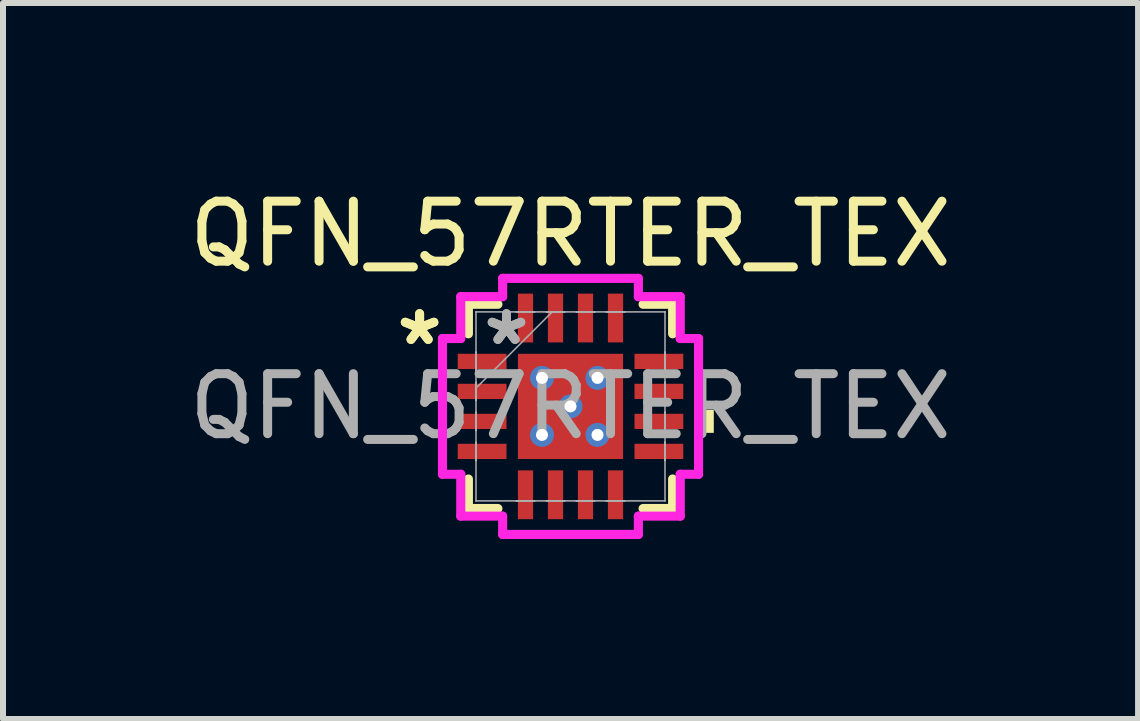
<source format=kicad_pcb>
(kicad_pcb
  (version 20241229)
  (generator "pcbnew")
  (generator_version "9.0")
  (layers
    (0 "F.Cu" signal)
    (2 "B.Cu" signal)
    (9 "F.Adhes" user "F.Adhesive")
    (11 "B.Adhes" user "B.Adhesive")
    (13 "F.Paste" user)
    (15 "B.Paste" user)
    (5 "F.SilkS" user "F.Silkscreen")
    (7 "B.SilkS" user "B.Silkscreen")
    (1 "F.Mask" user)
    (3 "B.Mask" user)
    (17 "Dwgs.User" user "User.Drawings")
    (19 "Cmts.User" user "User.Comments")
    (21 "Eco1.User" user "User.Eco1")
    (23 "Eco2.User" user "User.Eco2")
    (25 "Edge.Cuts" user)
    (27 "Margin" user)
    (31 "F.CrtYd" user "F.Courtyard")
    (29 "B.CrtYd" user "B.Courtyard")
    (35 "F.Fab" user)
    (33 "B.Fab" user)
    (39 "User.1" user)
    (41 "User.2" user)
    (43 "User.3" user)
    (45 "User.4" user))
  (footprint "QFN_57RTER_TEX"
    (layer "F.Cu")
    (at 6.458 3.723)
    (property "Reference" "QFN_57RTER_TEX" (at 0 -2.875 0) (unlocked yes) (layer "F.SilkS") (effects (font (size 1 1) (thickness 0.15))))
    (attr smd)
    (fp_line (start -1.702 -1.702) (end -1.702 -1.21) (stroke (width 0.152) (type solid)) (layer "F.SilkS"))
    (fp_line (start -1.702 1.21) (end -1.702 1.702) (stroke (width 0.152) (type solid)) (layer "F.SilkS"))
    (fp_line (start -1.702 1.702) (end -1.21 1.702) (stroke (width 0.152) (type solid)) (layer "F.SilkS"))
    (fp_line (start -1.21 -1.702) (end -1.702 -1.702) (stroke (width 0.152) (type solid)) (layer "F.SilkS"))
    (fp_line (start 1.21 1.702) (end 1.702 1.702) (stroke (width 0.152) (type solid)) (layer "F.SilkS"))
    (fp_line (start 1.702 -1.702) (end 1.21 -1.702) (stroke (width 0.152) (type solid)) (layer "F.SilkS"))
    (fp_line (start 1.702 -1.21) (end 1.702 -1.702) (stroke (width 0.152) (type solid)) (layer "F.SilkS"))
    (fp_line (start 1.702 1.702) (end 1.702 1.21) (stroke (width 0.152) (type solid)) (layer "F.SilkS"))
    (fp_poly (pts (xy 2.388 0.06) (xy 2.388 0.441) (xy 2.134 0.441) (xy 2.134 0.06)) (stroke (width 0) (type solid)) (fill yes) (layer "F.SilkS"))
    (fp_line (start -2.134 -1.131) (end -1.829 -1.131) (stroke (width 0.152) (type solid)) (layer "F.CrtYd"))
    (fp_line (start -2.134 1.131) (end -2.134 -1.131) (stroke (width 0.152) (type solid)) (layer "F.CrtYd"))
    (fp_line (start -1.829 -1.829) (end -1.131 -1.829) (stroke (width 0.152) (type solid)) (layer "F.CrtYd"))
    (fp_line (start -1.829 -1.131) (end -1.829 -1.829) (stroke (width 0.152) (type solid)) (layer "F.CrtYd"))
    (fp_line (start -1.829 1.131) (end -2.134 1.131) (stroke (width 0.152) (type solid)) (layer "F.CrtYd"))
    (fp_line (start -1.829 1.829) (end -1.829 1.131) (stroke (width 0.152) (type solid)) (layer "F.CrtYd"))
    (fp_line (start -1.131 -2.134) (end 1.131 -2.134) (stroke (width 0.152) (type solid)) (layer "F.CrtYd"))
    (fp_line (start -1.131 -1.829) (end -1.131 -2.134) (stroke (width 0.152) (type solid)) (layer "F.CrtYd"))
    (fp_line (start -1.131 1.829) (end -1.829 1.829) (stroke (width 0.152) (type solid)) (layer "F.CrtYd"))
    (fp_line (start -1.131 2.134) (end -1.131 1.829) (stroke (width 0.152) (type solid)) (layer "F.CrtYd"))
    (fp_line (start 1.131 -2.134) (end 1.131 -1.829) (stroke (width 0.152) (type solid)) (layer "F.CrtYd"))
    (fp_line (start 1.131 -1.829) (end 1.829 -1.829) (stroke (width 0.152) (type solid)) (layer "F.CrtYd"))
    (fp_line (start 1.131 1.829) (end 1.131 2.134) (stroke (width 0.152) (type solid)) (layer "F.CrtYd"))
    (fp_line (start 1.131 2.134) (end -1.131 2.134) (stroke (width 0.152) (type solid)) (layer "F.CrtYd"))
    (fp_line (start 1.829 -1.829) (end 1.829 -1.131) (stroke (width 0.152) (type solid)) (layer "F.CrtYd"))
    (fp_line (start 1.829 -1.131) (end 2.134 -1.131) (stroke (width 0.152) (type solid)) (layer "F.CrtYd"))
    (fp_line (start 1.829 1.131) (end 1.829 1.829) (stroke (width 0.152) (type solid)) (layer "F.CrtYd"))
    (fp_line (start 1.829 1.829) (end 1.131 1.829) (stroke (width 0.152) (type solid)) (layer "F.CrtYd"))
    (fp_line (start 2.134 -1.131) (end 2.134 1.131) (stroke (width 0.152) (type solid)) (layer "F.CrtYd"))
    (fp_line (start 2.134 1.131) (end 1.829 1.131) (stroke (width 0.152) (type solid)) (layer "F.CrtYd"))
    (fp_line (start -1.575 -1.575) (end -1.575 -1.575) (stroke (width 0.025) (type solid)) (layer "F.Fab"))
    (fp_line (start -1.575 -1.575) (end -1.575 1.575) (stroke (width 0.025) (type solid)) (layer "F.Fab"))
    (fp_line (start -1.575 -0.903) (end -1.575 -0.903) (stroke (width 0.025) (type solid)) (layer "F.Fab"))
    (fp_line (start -1.575 -0.903) (end -1.575 -0.598) (stroke (width 0.025) (type solid)) (layer "F.Fab"))
    (fp_line (start -1.575 -0.598) (end -1.575 -0.903) (stroke (width 0.025) (type solid)) (layer "F.Fab"))
    (fp_line (start -1.575 -0.598) (end -1.575 -0.598) (stroke (width 0.025) (type solid)) (layer "F.Fab"))
    (fp_line (start -1.575 -0.402) (end -1.575 -0.402) (stroke (width 0.025) (type solid)) (layer "F.Fab"))
    (fp_line (start -1.575 -0.402) (end -1.575 -0.098) (stroke (width 0.025) (type solid)) (layer "F.Fab"))
    (fp_line (start -1.575 -0.305) (end -0.305 -1.575) (stroke (width 0.025) (type solid)) (layer "F.Fab"))
    (fp_line (start -1.575 -0.098) (end -1.575 -0.402) (stroke (width 0.025) (type solid)) (layer "F.Fab"))
    (fp_line (start -1.575 -0.098) (end -1.575 -0.098) (stroke (width 0.025) (type solid)) (layer "F.Fab"))
    (fp_line (start -1.575 0.098) (end -1.575 0.098) (stroke (width 0.025) (type solid)) (layer "F.Fab"))
    (fp_line (start -1.575 0.098) (end -1.575 0.402) (stroke (width 0.025) (type solid)) (layer "F.Fab"))
    (fp_line (start -1.575 0.402) (end -1.575 0.098) (stroke (width 0.025) (type solid)) (layer "F.Fab"))
    (fp_line (start -1.575 0.402) (end -1.575 0.402) (stroke (width 0.025) (type solid)) (layer "F.Fab"))
    (fp_line (start -1.575 0.598) (end -1.575 0.598) (stroke (width 0.025) (type solid)) (layer "F.Fab"))
    (fp_line (start -1.575 0.598) (end -1.575 0.903) (stroke (width 0.025) (type solid)) (layer "F.Fab"))
    (fp_line (start -1.575 0.903) (end -1.575 0.598) (stroke (width 0.025) (type solid)) (layer "F.Fab"))
    (fp_line (start -1.575 0.903) (end -1.575 0.903) (stroke (width 0.025) (type solid)) (layer "F.Fab"))
    (fp_line (start -1.575 1.575) (end -1.575 1.575) (stroke (width 0.025) (type solid)) (layer "F.Fab"))
    (fp_line (start -1.575 1.575) (end 1.575 1.575) (stroke (width 0.025) (type solid)) (layer "F.Fab"))
    (fp_line (start -0.903 -1.575) (end -0.903 -1.575) (stroke (width 0.025) (type solid)) (layer "F.Fab"))
    (fp_line (start -0.903 -1.575) (end -0.598 -1.575) (stroke (width 0.025) (type solid)) (layer "F.Fab"))
    (fp_line (start -0.903 1.575) (end -0.903 1.575) (stroke (width 0.025) (type solid)) (layer "F.Fab"))
    (fp_line (start -0.903 1.575) (end -0.598 1.575) (stroke (width 0.025) (type solid)) (layer "F.Fab"))
    (fp_line (start -0.598 -1.575) (end -0.903 -1.575) (stroke (width 0.025) (type solid)) (layer "F.Fab"))
    (fp_line (start -0.598 -1.575) (end -0.598 -1.575) (stroke (width 0.025) (type solid)) (layer "F.Fab"))
    (fp_line (start -0.598 1.575) (end -0.903 1.575) (stroke (width 0.025) (type solid)) (layer "F.Fab"))
    (fp_line (start -0.598 1.575) (end -0.598 1.575) (stroke (width 0.025) (type solid)) (layer "F.Fab"))
    (fp_line (start -0.402 -1.575) (end -0.402 -1.575) (stroke (width 0.025) (type solid)) (layer "F.Fab"))
    (fp_line (start -0.402 -1.575) (end -0.098 -1.575) (stroke (width 0.025) (type solid)) (layer "F.Fab"))
    (fp_line (start -0.402 1.575) (end -0.402 1.575) (stroke (width 0.025) (type solid)) (layer "F.Fab"))
    (fp_line (start -0.402 1.575) (end -0.098 1.575) (stroke (width 0.025) (type solid)) (layer "F.Fab"))
    (fp_line (start -0.098 -1.575) (end -0.402 -1.575) (stroke (width 0.025) (type solid)) (layer "F.Fab"))
    (fp_line (start -0.098 -1.575) (end -0.098 -1.575) (stroke (width 0.025) (type solid)) (layer "F.Fab"))
    (fp_line (start -0.098 1.575) (end -0.402 1.575) (stroke (width 0.025) (type solid)) (layer "F.Fab"))
    (fp_line (start -0.098 1.575) (end -0.098 1.575) (stroke (width 0.025) (type solid)) (layer "F.Fab"))
    (fp_line (start 0.098 -1.575) (end 0.098 -1.575) (stroke (width 0.025) (type solid)) (layer "F.Fab"))
    (fp_line (start 0.098 -1.575) (end 0.402 -1.575) (stroke (width 0.025) (type solid)) (layer "F.Fab"))
    (fp_line (start 0.098 1.575) (end 0.098 1.575) (stroke (width 0.025) (type solid)) (layer "F.Fab"))
    (fp_line (start 0.098 1.575) (end 0.402 1.575) (stroke (width 0.025) (type solid)) (layer "F.Fab"))
    (fp_line (start 0.402 -1.575) (end 0.098 -1.575) (stroke (width 0.025) (type solid)) (layer "F.Fab"))
    (fp_line (start 0.402 -1.575) (end 0.402 -1.575) (stroke (width 0.025) (type solid)) (layer "F.Fab"))
    (fp_line (start 0.402 1.575) (end 0.098 1.575) (stroke (width 0.025) (type solid)) (layer "F.Fab"))
    (fp_line (start 0.402 1.575) (end 0.402 1.575) (stroke (width 0.025) (type solid)) (layer "F.Fab"))
    (fp_line (start 0.598 -1.575) (end 0.598 -1.575) (stroke (width 0.025) (type solid)) (layer "F.Fab"))
    (fp_line (start 0.598 -1.575) (end 0.903 -1.575) (stroke (width 0.025) (type solid)) (layer "F.Fab"))
    (fp_line (start 0.598 1.575) (end 0.598 1.575) (stroke (width 0.025) (type solid)) (layer "F.Fab"))
    (fp_line (start 0.598 1.575) (end 0.903 1.575) (stroke (width 0.025) (type solid)) (layer "F.Fab"))
    (fp_line (start 0.903 -1.575) (end 0.598 -1.575) (stroke (width 0.025) (type solid)) (layer "F.Fab"))
    (fp_line (start 0.903 -1.575) (end 0.903 -1.575) (stroke (width 0.025) (type solid)) (layer "F.Fab"))
    (fp_line (start 0.903 1.575) (end 0.598 1.575) (stroke (width 0.025) (type solid)) (layer "F.Fab"))
    (fp_line (start 0.903 1.575) (end 0.903 1.575) (stroke (width 0.025) (type solid)) (layer "F.Fab"))
    (fp_line (start 1.575 -1.575) (end -1.575 -1.575) (stroke (width 0.025) (type solid)) (layer "F.Fab"))
    (fp_line (start 1.575 -1.575) (end 1.575 -1.575) (stroke (width 0.025) (type solid)) (layer "F.Fab"))
    (fp_line (start 1.575 -0.903) (end 1.575 -0.903) (stroke (width 0.025) (type solid)) (layer "F.Fab"))
    (fp_line (start 1.575 -0.903) (end 1.575 -0.598) (stroke (width 0.025) (type solid)) (layer "F.Fab"))
    (fp_line (start 1.575 -0.598) (end 1.575 -0.903) (stroke (width 0.025) (type solid)) (layer "F.Fab"))
    (fp_line (start 1.575 -0.598) (end 1.575 -0.598) (stroke (width 0.025) (type solid)) (layer "F.Fab"))
    (fp_line (start 1.575 -0.402) (end 1.575 -0.402) (stroke (width 0.025) (type solid)) (layer "F.Fab"))
    (fp_line (start 1.575 -0.402) (end 1.575 -0.098) (stroke (width 0.025) (type solid)) (layer "F.Fab"))
    (fp_line (start 1.575 -0.098) (end 1.575 -0.402) (stroke (width 0.025) (type solid)) (layer "F.Fab"))
    (fp_line (start 1.575 -0.098) (end 1.575 -0.098) (stroke (width 0.025) (type solid)) (layer "F.Fab"))
    (fp_line (start 1.575 0.098) (end 1.575 0.098) (stroke (width 0.025) (type solid)) (layer "F.Fab"))
    (fp_line (start 1.575 0.098) (end 1.575 0.402) (stroke (width 0.025) (type solid)) (layer "F.Fab"))
    (fp_line (start 1.575 0.402) (end 1.575 0.098) (stroke (width 0.025) (type solid)) (layer "F.Fab"))
    (fp_line (start 1.575 0.402) (end 1.575 0.402) (stroke (width 0.025) (type solid)) (layer "F.Fab"))
    (fp_line (start 1.575 0.598) (end 1.575 0.598) (stroke (width 0.025) (type solid)) (layer "F.Fab"))
    (fp_line (start 1.575 0.598) (end 1.575 0.903) (stroke (width 0.025) (type solid)) (layer "F.Fab"))
    (fp_line (start 1.575 0.903) (end 1.575 0.598) (stroke (width 0.025) (type solid)) (layer "F.Fab"))
    (fp_line (start 1.575 0.903) (end 1.575 0.903) (stroke (width 0.025) (type solid)) (layer "F.Fab"))
    (fp_line (start 1.575 1.575) (end 1.575 -1.575) (stroke (width 0.025) (type solid)) (layer "F.Fab"))
    (fp_line (start 1.575 1.575) (end 1.575 1.575) (stroke (width 0.025) (type solid)) (layer "F.Fab"))
    (fp_text user "*" (at -2.515 -1 0) (layer "F.SilkS") (effects (font (size 1 1) (thickness 0.15))))
    (fp_text user "*" (at -2.515 -1 0) (unlocked yes) (layer "F.SilkS") (effects (font (size 1 1) (thickness 0.15))))
    (fp_text user "*" (at -1.067 -1 0) (unlocked yes) (layer "F.Fab") (effects (font (size 1 1) (thickness 0.15))))
    (fp_text user "*" (at -1.067 -1 0) (layer "F.Fab") (effects (font (size 1 1) (thickness 0.15))))
    (fp_text user "${REFERENCE}" (at 0 0 0) (unlocked yes) (layer "F.Fab") (effects (font (size 1 1) (thickness 0.15))))
    (pad "1" smd rect (at -1.473 -0.75 90) (size 0.254 0.813) (layers "F.Cu" "F.Mask" "F.Paste"))
    (pad "2" smd rect (at -1.473 -0.25 90) (size 0.254 0.813) (layers "F.Cu" "F.Mask" "F.Paste"))
    (pad "3" smd rect (at -1.473 0.25 90) (size 0.254 0.813) (layers "F.Cu" "F.Mask" "F.Paste"))
    (pad "4" smd rect (at -1.473 0.75 90) (size 0.254 0.813) (layers "F.Cu" "F.Mask" "F.Paste"))
    (pad "5" smd rect (at -0.75 1.473) (size 0.254 0.813) (layers "F.Cu" "F.Mask" "F.Paste"))
    (pad "6" smd rect (at -0.25 1.473) (size 0.254 0.813) (layers "F.Cu" "F.Mask" "F.Paste"))
    (pad "7" smd rect (at 0.25 1.473) (size 0.254 0.813) (layers "F.Cu" "F.Mask" "F.Paste"))
    (pad "8" smd rect (at 0.75 1.473) (size 0.254 0.813) (layers "F.Cu" "F.Mask" "F.Paste"))
    (pad "9" smd rect (at 1.473 0.75 90) (size 0.254 0.813) (layers "F.Cu" "F.Mask" "F.Paste"))
    (pad "10" smd rect (at 1.473 0.25 90) (size 0.254 0.813) (layers "F.Cu" "F.Mask" "F.Paste"))
    (pad "11" smd rect (at 1.473 -0.25 90) (size 0.254 0.813) (layers "F.Cu" "F.Mask" "F.Paste"))
    (pad "12" smd rect (at 1.473 -0.75 90) (size 0.254 0.813) (layers "F.Cu" "F.Mask" "F.Paste"))
    (pad "13" smd rect (at 0.75 -1.473) (size 0.254 0.813) (layers "F.Cu" "F.Mask" "F.Paste"))
    (pad "14" smd rect (at 0.25 -1.473) (size 0.254 0.813) (layers "F.Cu" "F.Mask" "F.Paste"))
    (pad "15" smd rect (at -0.25 -1.473) (size 0.254 0.813) (layers "F.Cu" "F.Mask" "F.Paste"))
    (pad "16" smd rect (at -0.75 -1.473) (size 0.254 0.813) (layers "F.Cu" "F.Mask" "F.Paste"))
    (pad "17" thru_hole circle (at -0.475 -0.475) (size 0.4 0.4) (drill 0.2) (layers "*.Cu" "*.Mask"))
    (pad "17" thru_hole circle (at -0.475 0.475) (size 0.4 0.4) (drill 0.2) (layers "*.Cu" "*.Mask"))
    (pad "17" thru_hole circle (at 0 0) (size 0.4 0.4) (drill 0.2) (layers "*.Cu" "*.Mask"))
    (pad "17" smd rect (at 0 0) (size 1.753 1.753) (layers "F.Cu" "F.Mask" "F.Paste"))
    (pad "17" thru_hole circle (at 0.45 -0.475) (size 0.4 0.4) (drill 0.2) (layers "*.Cu" "*.Mask"))
    (pad "17" thru_hole circle (at 0.45 0.475) (size 0.4 0.4) (drill 0.2) (layers "*.Cu" "*.Mask")))
  (gr_rect
    (start -3 -3)
    (end 15.917 8.933)
    (stroke (width 0.1) (type default))
    (fill no)
    (layer "Edge.Cuts")))
</source>
